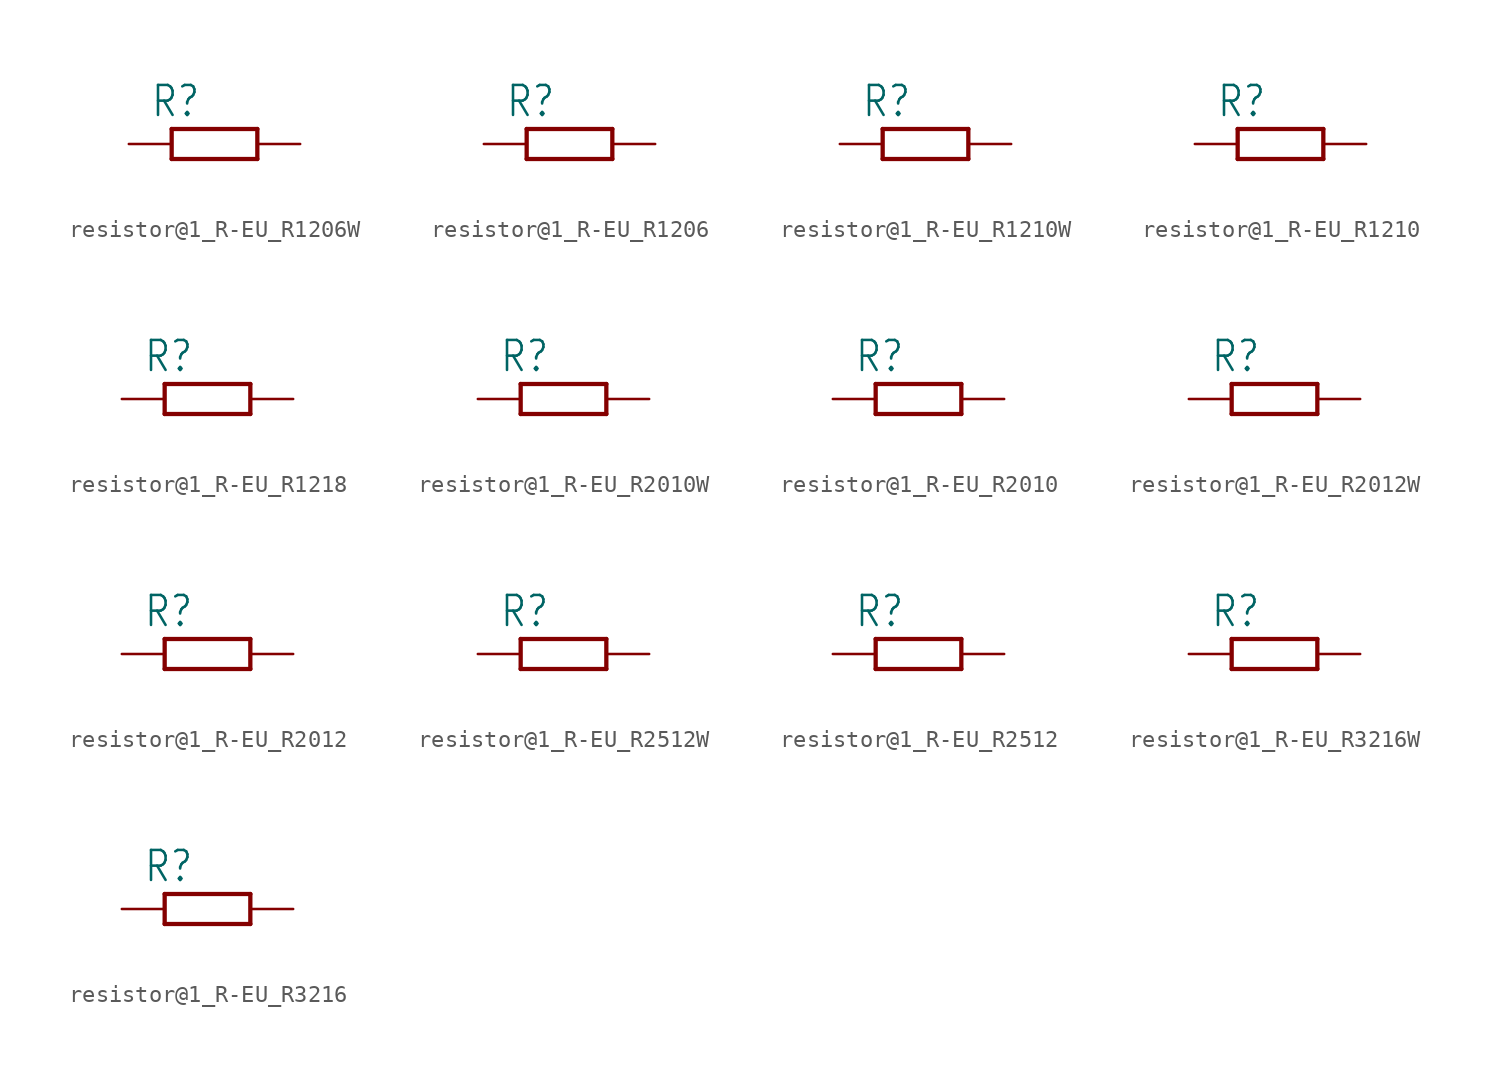
<source format=kicad_sym>
(kicad_symbol_lib
  (version 20231120)
  (generator "kicad_symbol_editor")
  (generator_version "8.0")
  (symbol "resistor@1_R-EU_R1206W"
    (property "Reference" "R"
      (at -3.81 1.499 0)
      (effects (font (size 1.778 1.511)) (justify left bottom)))
    (property "Value" ""
      (at -3.81 -3.302 0)
      (effects (font (size 1.778 1.511)) (justify left bottom)))
    (property "ki_locked" ""
      (at 0 0 0)
      (effects (font (size 1.27 1.27))))
    (symbol "resistor@1_R-EU_R1206W_1_0"
      (polyline (pts (xy -2.54 -0.889) (xy -2.54 0.889)) (stroke (width 0.254) (type solid)) (fill (type none)))
      (polyline (pts (xy -2.54 -0.889) (xy 2.54 -0.889)) (stroke (width 0.254) (type solid)) (fill (type none)))
      (polyline (pts (xy 2.54 -0.889) (xy 2.54 0.889)) (stroke (width 0.254) (type solid)) (fill (type none)))
      (polyline (pts (xy 2.54 0.889) (xy -2.54 0.889)) (stroke (width 0.254) (type solid)) (fill (type none)))
      (pin passive line (at -5.08 0 0) (length 2.54) (name "1" (effects (font (size 0 0)))) (number "1" (effects (font (size 0 0)))))
      (pin passive line (at 5.08 0 180) (length 2.54) (name "2" (effects (font (size 0 0)))) (number "2" (effects (font (size 0 0)))))))
  (symbol "resistor@1_R-EU_R1206"
    (property "Reference" "R"
      (at -3.81 1.499 0)
      (effects (font (size 1.778 1.511)) (justify left bottom)))
    (property "Value" ""
      (at -3.81 -3.302 0)
      (effects (font (size 1.778 1.511)) (justify left bottom)))
    (property "ki_locked" ""
      (at 0 0 0)
      (effects (font (size 1.27 1.27))))
    (symbol "resistor@1_R-EU_R1206_1_0"
      (polyline (pts (xy -2.54 -0.889) (xy -2.54 0.889)) (stroke (width 0.254) (type solid)) (fill (type none)))
      (polyline (pts (xy -2.54 -0.889) (xy 2.54 -0.889)) (stroke (width 0.254) (type solid)) (fill (type none)))
      (polyline (pts (xy 2.54 -0.889) (xy 2.54 0.889)) (stroke (width 0.254) (type solid)) (fill (type none)))
      (polyline (pts (xy 2.54 0.889) (xy -2.54 0.889)) (stroke (width 0.254) (type solid)) (fill (type none)))
      (pin passive line (at -5.08 0 0) (length 2.54) (name "1" (effects (font (size 0 0)))) (number "1" (effects (font (size 0 0)))))
      (pin passive line (at 5.08 0 180) (length 2.54) (name "2" (effects (font (size 0 0)))) (number "2" (effects (font (size 0 0)))))))
  (symbol "resistor@1_R-EU_R1210W"
    (property "Reference" "R"
      (at -3.81 1.499 0)
      (effects (font (size 1.778 1.511)) (justify left bottom)))
    (property "Value" ""
      (at -3.81 -3.302 0)
      (effects (font (size 1.778 1.511)) (justify left bottom)))
    (property "ki_locked" ""
      (at 0 0 0)
      (effects (font (size 1.27 1.27))))
    (symbol "resistor@1_R-EU_R1210W_1_0"
      (polyline (pts (xy -2.54 -0.889) (xy -2.54 0.889)) (stroke (width 0.254) (type solid)) (fill (type none)))
      (polyline (pts (xy -2.54 -0.889) (xy 2.54 -0.889)) (stroke (width 0.254) (type solid)) (fill (type none)))
      (polyline (pts (xy 2.54 -0.889) (xy 2.54 0.889)) (stroke (width 0.254) (type solid)) (fill (type none)))
      (polyline (pts (xy 2.54 0.889) (xy -2.54 0.889)) (stroke (width 0.254) (type solid)) (fill (type none)))
      (pin passive line (at -5.08 0 0) (length 2.54) (name "1" (effects (font (size 0 0)))) (number "1" (effects (font (size 0 0)))))
      (pin passive line (at 5.08 0 180) (length 2.54) (name "2" (effects (font (size 0 0)))) (number "2" (effects (font (size 0 0)))))))
  (symbol "resistor@1_R-EU_R1210"
    (property "Reference" "R"
      (at -3.81 1.499 0)
      (effects (font (size 1.778 1.511)) (justify left bottom)))
    (property "Value" ""
      (at -3.81 -3.302 0)
      (effects (font (size 1.778 1.511)) (justify left bottom)))
    (property "ki_locked" ""
      (at 0 0 0)
      (effects (font (size 1.27 1.27))))
    (symbol "resistor@1_R-EU_R1210_1_0"
      (polyline (pts (xy -2.54 -0.889) (xy -2.54 0.889)) (stroke (width 0.254) (type solid)) (fill (type none)))
      (polyline (pts (xy -2.54 -0.889) (xy 2.54 -0.889)) (stroke (width 0.254) (type solid)) (fill (type none)))
      (polyline (pts (xy 2.54 -0.889) (xy 2.54 0.889)) (stroke (width 0.254) (type solid)) (fill (type none)))
      (polyline (pts (xy 2.54 0.889) (xy -2.54 0.889)) (stroke (width 0.254) (type solid)) (fill (type none)))
      (pin passive line (at -5.08 0 0) (length 2.54) (name "1" (effects (font (size 0 0)))) (number "1" (effects (font (size 0 0)))))
      (pin passive line (at 5.08 0 180) (length 2.54) (name "2" (effects (font (size 0 0)))) (number "2" (effects (font (size 0 0)))))))
  (symbol "resistor@1_R-EU_R1218"
    (property "Reference" "R"
      (at -3.81 1.499 0)
      (effects (font (size 1.778 1.511)) (justify left bottom)))
    (property "Value" ""
      (at -3.81 -3.302 0)
      (effects (font (size 1.778 1.511)) (justify left bottom)))
    (property "ki_locked" ""
      (at 0 0 0)
      (effects (font (size 1.27 1.27))))
    (symbol "resistor@1_R-EU_R1218_1_0"
      (polyline (pts (xy -2.54 -0.889) (xy -2.54 0.889)) (stroke (width 0.254) (type solid)) (fill (type none)))
      (polyline (pts (xy -2.54 -0.889) (xy 2.54 -0.889)) (stroke (width 0.254) (type solid)) (fill (type none)))
      (polyline (pts (xy 2.54 -0.889) (xy 2.54 0.889)) (stroke (width 0.254) (type solid)) (fill (type none)))
      (polyline (pts (xy 2.54 0.889) (xy -2.54 0.889)) (stroke (width 0.254) (type solid)) (fill (type none)))
      (pin passive line (at -5.08 0 0) (length 2.54) (name "1" (effects (font (size 0 0)))) (number "1" (effects (font (size 0 0)))))
      (pin passive line (at 5.08 0 180) (length 2.54) (name "2" (effects (font (size 0 0)))) (number "2" (effects (font (size 0 0)))))))
  (symbol "resistor@1_R-EU_R2010W"
    (property "Reference" "R"
      (at -3.81 1.499 0)
      (effects (font (size 1.778 1.511)) (justify left bottom)))
    (property "Value" ""
      (at -3.81 -3.302 0)
      (effects (font (size 1.778 1.511)) (justify left bottom)))
    (property "ki_locked" ""
      (at 0 0 0)
      (effects (font (size 1.27 1.27))))
    (symbol "resistor@1_R-EU_R2010W_1_0"
      (polyline (pts (xy -2.54 -0.889) (xy -2.54 0.889)) (stroke (width 0.254) (type solid)) (fill (type none)))
      (polyline (pts (xy -2.54 -0.889) (xy 2.54 -0.889)) (stroke (width 0.254) (type solid)) (fill (type none)))
      (polyline (pts (xy 2.54 -0.889) (xy 2.54 0.889)) (stroke (width 0.254) (type solid)) (fill (type none)))
      (polyline (pts (xy 2.54 0.889) (xy -2.54 0.889)) (stroke (width 0.254) (type solid)) (fill (type none)))
      (pin passive line (at -5.08 0 0) (length 2.54) (name "1" (effects (font (size 0 0)))) (number "1" (effects (font (size 0 0)))))
      (pin passive line (at 5.08 0 180) (length 2.54) (name "2" (effects (font (size 0 0)))) (number "2" (effects (font (size 0 0)))))))
  (symbol "resistor@1_R-EU_R2010"
    (property "Reference" "R"
      (at -3.81 1.499 0)
      (effects (font (size 1.778 1.511)) (justify left bottom)))
    (property "Value" ""
      (at -3.81 -3.302 0)
      (effects (font (size 1.778 1.511)) (justify left bottom)))
    (property "ki_locked" ""
      (at 0 0 0)
      (effects (font (size 1.27 1.27))))
    (symbol "resistor@1_R-EU_R2010_1_0"
      (polyline (pts (xy -2.54 -0.889) (xy -2.54 0.889)) (stroke (width 0.254) (type solid)) (fill (type none)))
      (polyline (pts (xy -2.54 -0.889) (xy 2.54 -0.889)) (stroke (width 0.254) (type solid)) (fill (type none)))
      (polyline (pts (xy 2.54 -0.889) (xy 2.54 0.889)) (stroke (width 0.254) (type solid)) (fill (type none)))
      (polyline (pts (xy 2.54 0.889) (xy -2.54 0.889)) (stroke (width 0.254) (type solid)) (fill (type none)))
      (pin passive line (at -5.08 0 0) (length 2.54) (name "1" (effects (font (size 0 0)))) (number "1" (effects (font (size 0 0)))))
      (pin passive line (at 5.08 0 180) (length 2.54) (name "2" (effects (font (size 0 0)))) (number "2" (effects (font (size 0 0)))))))
  (symbol "resistor@1_R-EU_R2012W"
    (property "Reference" "R"
      (at -3.81 1.499 0)
      (effects (font (size 1.778 1.511)) (justify left bottom)))
    (property "Value" ""
      (at -3.81 -3.302 0)
      (effects (font (size 1.778 1.511)) (justify left bottom)))
    (property "ki_locked" ""
      (at 0 0 0)
      (effects (font (size 1.27 1.27))))
    (symbol "resistor@1_R-EU_R2012W_1_0"
      (polyline (pts (xy -2.54 -0.889) (xy -2.54 0.889)) (stroke (width 0.254) (type solid)) (fill (type none)))
      (polyline (pts (xy -2.54 -0.889) (xy 2.54 -0.889)) (stroke (width 0.254) (type solid)) (fill (type none)))
      (polyline (pts (xy 2.54 -0.889) (xy 2.54 0.889)) (stroke (width 0.254) (type solid)) (fill (type none)))
      (polyline (pts (xy 2.54 0.889) (xy -2.54 0.889)) (stroke (width 0.254) (type solid)) (fill (type none)))
      (pin passive line (at -5.08 0 0) (length 2.54) (name "1" (effects (font (size 0 0)))) (number "1" (effects (font (size 0 0)))))
      (pin passive line (at 5.08 0 180) (length 2.54) (name "2" (effects (font (size 0 0)))) (number "2" (effects (font (size 0 0)))))))
  (symbol "resistor@1_R-EU_R2012"
    (property "Reference" "R"
      (at -3.81 1.499 0)
      (effects (font (size 1.778 1.511)) (justify left bottom)))
    (property "Value" ""
      (at -3.81 -3.302 0)
      (effects (font (size 1.778 1.511)) (justify left bottom)))
    (property "ki_locked" ""
      (at 0 0 0)
      (effects (font (size 1.27 1.27))))
    (symbol "resistor@1_R-EU_R2012_1_0"
      (polyline (pts (xy -2.54 -0.889) (xy -2.54 0.889)) (stroke (width 0.254) (type solid)) (fill (type none)))
      (polyline (pts (xy -2.54 -0.889) (xy 2.54 -0.889)) (stroke (width 0.254) (type solid)) (fill (type none)))
      (polyline (pts (xy 2.54 -0.889) (xy 2.54 0.889)) (stroke (width 0.254) (type solid)) (fill (type none)))
      (polyline (pts (xy 2.54 0.889) (xy -2.54 0.889)) (stroke (width 0.254) (type solid)) (fill (type none)))
      (pin passive line (at -5.08 0 0) (length 2.54) (name "1" (effects (font (size 0 0)))) (number "1" (effects (font (size 0 0)))))
      (pin passive line (at 5.08 0 180) (length 2.54) (name "2" (effects (font (size 0 0)))) (number "2" (effects (font (size 0 0)))))))
  (symbol "resistor@1_R-EU_R2512W"
    (property "Reference" "R"
      (at -3.81 1.499 0)
      (effects (font (size 1.778 1.511)) (justify left bottom)))
    (property "Value" ""
      (at -3.81 -3.302 0)
      (effects (font (size 1.778 1.511)) (justify left bottom)))
    (property "ki_locked" ""
      (at 0 0 0)
      (effects (font (size 1.27 1.27))))
    (symbol "resistor@1_R-EU_R2512W_1_0"
      (polyline (pts (xy -2.54 -0.889) (xy -2.54 0.889)) (stroke (width 0.254) (type solid)) (fill (type none)))
      (polyline (pts (xy -2.54 -0.889) (xy 2.54 -0.889)) (stroke (width 0.254) (type solid)) (fill (type none)))
      (polyline (pts (xy 2.54 -0.889) (xy 2.54 0.889)) (stroke (width 0.254) (type solid)) (fill (type none)))
      (polyline (pts (xy 2.54 0.889) (xy -2.54 0.889)) (stroke (width 0.254) (type solid)) (fill (type none)))
      (pin passive line (at -5.08 0 0) (length 2.54) (name "1" (effects (font (size 0 0)))) (number "1" (effects (font (size 0 0)))))
      (pin passive line (at 5.08 0 180) (length 2.54) (name "2" (effects (font (size 0 0)))) (number "2" (effects (font (size 0 0)))))))
  (symbol "resistor@1_R-EU_R2512"
    (property "Reference" "R"
      (at -3.81 1.499 0)
      (effects (font (size 1.778 1.511)) (justify left bottom)))
    (property "Value" ""
      (at -3.81 -3.302 0)
      (effects (font (size 1.778 1.511)) (justify left bottom)))
    (property "ki_locked" ""
      (at 0 0 0)
      (effects (font (size 1.27 1.27))))
    (symbol "resistor@1_R-EU_R2512_1_0"
      (polyline (pts (xy -2.54 -0.889) (xy -2.54 0.889)) (stroke (width 0.254) (type solid)) (fill (type none)))
      (polyline (pts (xy -2.54 -0.889) (xy 2.54 -0.889)) (stroke (width 0.254) (type solid)) (fill (type none)))
      (polyline (pts (xy 2.54 -0.889) (xy 2.54 0.889)) (stroke (width 0.254) (type solid)) (fill (type none)))
      (polyline (pts (xy 2.54 0.889) (xy -2.54 0.889)) (stroke (width 0.254) (type solid)) (fill (type none)))
      (pin passive line (at -5.08 0 0) (length 2.54) (name "1" (effects (font (size 0 0)))) (number "1" (effects (font (size 0 0)))))
      (pin passive line (at 5.08 0 180) (length 2.54) (name "2" (effects (font (size 0 0)))) (number "2" (effects (font (size 0 0)))))))
  (symbol "resistor@1_R-EU_R3216W"
    (property "Reference" "R"
      (at -3.81 1.499 0)
      (effects (font (size 1.778 1.511)) (justify left bottom)))
    (property "Value" ""
      (at -3.81 -3.302 0)
      (effects (font (size 1.778 1.511)) (justify left bottom)))
    (property "ki_locked" ""
      (at 0 0 0)
      (effects (font (size 1.27 1.27))))
    (symbol "resistor@1_R-EU_R3216W_1_0"
      (polyline (pts (xy -2.54 -0.889) (xy -2.54 0.889)) (stroke (width 0.254) (type solid)) (fill (type none)))
      (polyline (pts (xy -2.54 -0.889) (xy 2.54 -0.889)) (stroke (width 0.254) (type solid)) (fill (type none)))
      (polyline (pts (xy 2.54 -0.889) (xy 2.54 0.889)) (stroke (width 0.254) (type solid)) (fill (type none)))
      (polyline (pts (xy 2.54 0.889) (xy -2.54 0.889)) (stroke (width 0.254) (type solid)) (fill (type none)))
      (pin passive line (at -5.08 0 0) (length 2.54) (name "1" (effects (font (size 0 0)))) (number "1" (effects (font (size 0 0)))))
      (pin passive line (at 5.08 0 180) (length 2.54) (name "2" (effects (font (size 0 0)))) (number "2" (effects (font (size 0 0)))))))
  (symbol "resistor@1_R-EU_R3216"
    (property "Reference" "R"
      (at -3.81 1.499 0)
      (effects (font (size 1.778 1.511)) (justify left bottom)))
    (property "Value" ""
      (at -3.81 -3.302 0)
      (effects (font (size 1.778 1.511)) (justify left bottom)))
    (property "ki_locked" ""
      (at 0 0 0)
      (effects (font (size 1.27 1.27))))
    (symbol "resistor@1_R-EU_R3216_1_0"
      (polyline (pts (xy -2.54 -0.889) (xy -2.54 0.889)) (stroke (width 0.254) (type solid)) (fill (type none)))
      (polyline (pts (xy -2.54 -0.889) (xy 2.54 -0.889)) (stroke (width 0.254) (type solid)) (fill (type none)))
      (polyline (pts (xy 2.54 -0.889) (xy 2.54 0.889)) (stroke (width 0.254) (type solid)) (fill (type none)))
      (polyline (pts (xy 2.54 0.889) (xy -2.54 0.889)) (stroke (width 0.254) (type solid)) (fill (type none)))
      (pin passive line (at -5.08 0 0) (length 2.54) (name "1" (effects (font (size 0 0)))) (number "1" (effects (font (size 0 0)))))
      (pin passive line (at 5.08 0 180) (length 2.54) (name "2" (effects (font (size 0 0)))) (number "2" (effects (font (size 0 0))))))))
</source>
